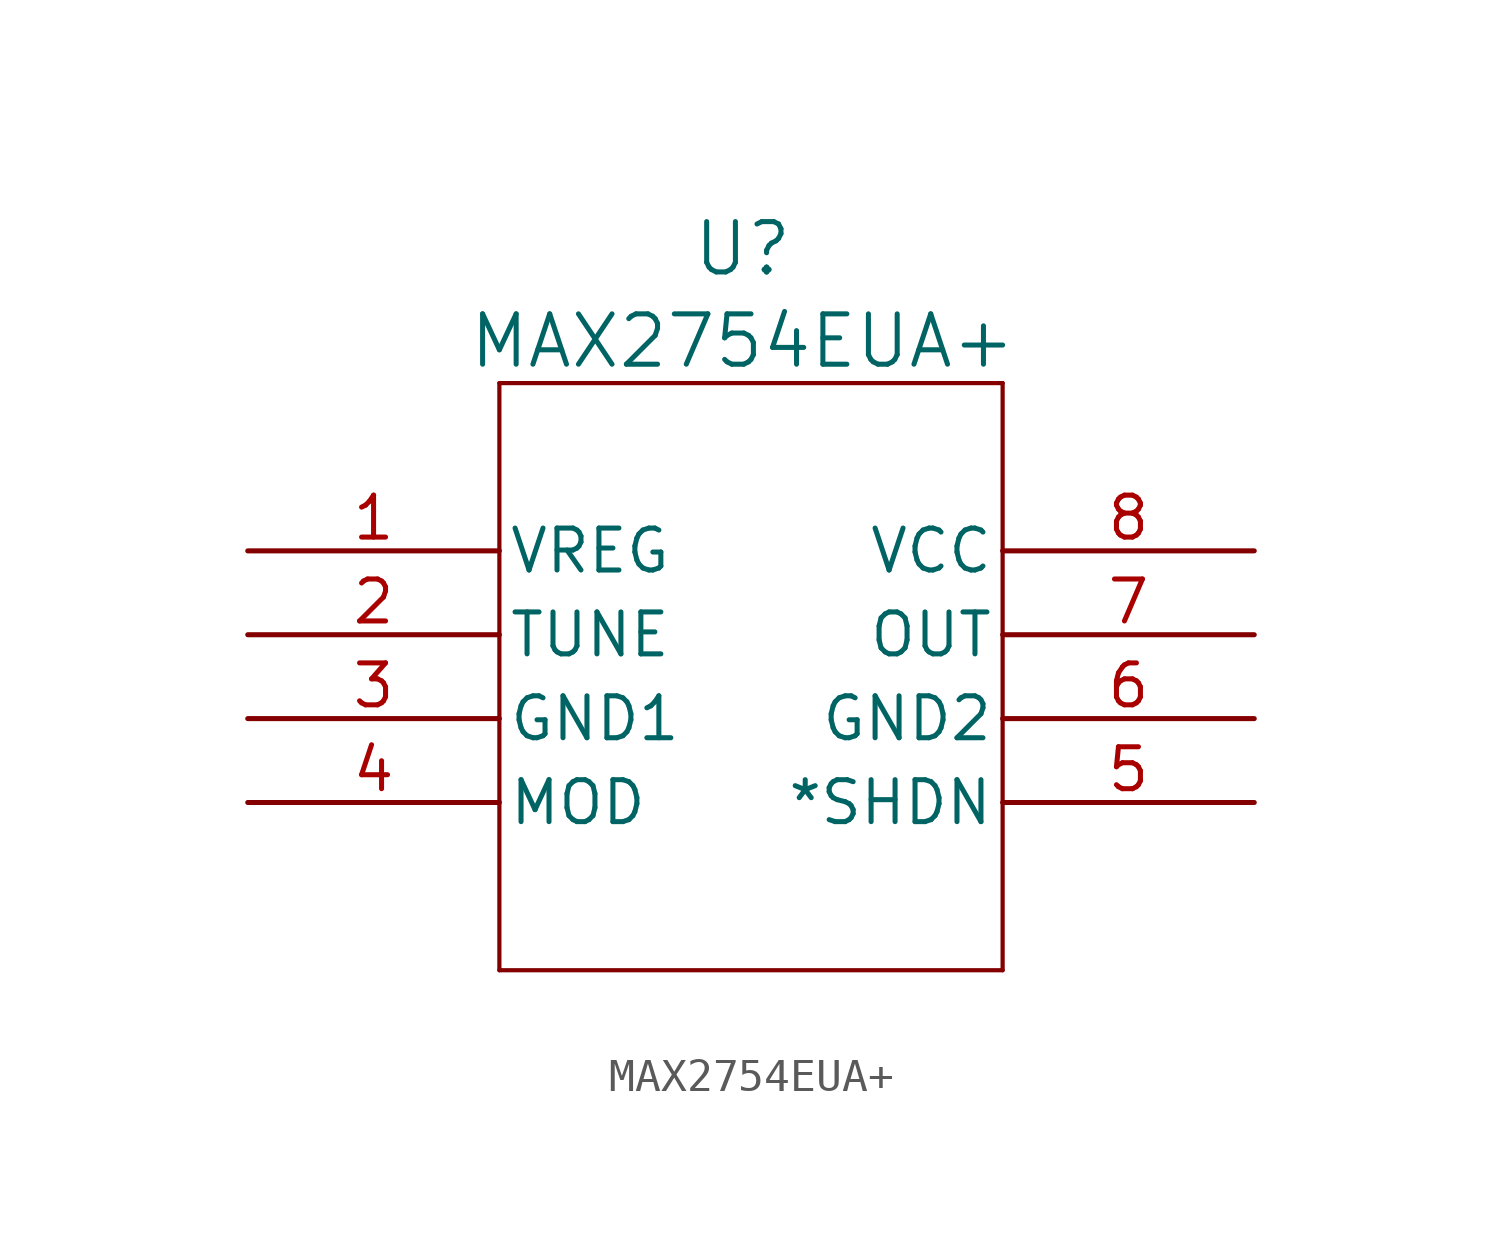
<source format=kicad_sym>
(kicad_symbol_lib
  (version 20231120)
  (generator "kicad_symbol_editor")
  (generator_version "8.0")
  (symbol "MAX2754EUA+"
    (pin_names
      (offset 0.254))
    (property "Reference" "U"
      (at 14.986 9.144 0)
      (effects (font (size 1.524 1.524))))
    (property "Value" "MAX2754EUA+"
      (at 14.986 6.35 0)
      (effects (font (size 1.524 1.524))))
    (property "ki_locked" ""
      (at 0 0 0)
      (effects (font (size 1.27 1.27))))
    (symbol "MAX2754EUA+_0_1"
      (polyline (pts (xy 7.62 -12.7) (xy 22.86 -12.7)) (stroke (width 0.127) (type default)) (fill (type none)))
      (polyline (pts (xy 7.62 5.08) (xy 7.62 -12.7)) (stroke (width 0.127) (type default)) (fill (type none)))
      (polyline (pts (xy 22.86 -12.7) (xy 22.86 5.08)) (stroke (width 0.127) (type default)) (fill (type none)))
      (polyline (pts (xy 22.86 5.08) (xy 7.62 5.08)) (stroke (width 0.127) (type default)) (fill (type none)))
      (pin unspecified line (at 0 0 0) (length 7.62) (name "VREG" (effects (font (size 1.27 1.27)))) (number "1" (effects (font (size 1.27 1.27)))))
      (pin unspecified line (at 0 -2.54 0) (length 7.62) (name "TUNE" (effects (font (size 1.27 1.27)))) (number "2" (effects (font (size 1.27 1.27)))))
      (pin power_in line (at 0 -5.08 0) (length 7.62) (name "GND1" (effects (font (size 1.27 1.27)))) (number "3" (effects (font (size 1.27 1.27)))))
      (pin unspecified line (at 0 -7.62 0) (length 7.62) (name "MOD" (effects (font (size 1.27 1.27)))) (number "4" (effects (font (size 1.27 1.27)))))
      (pin unspecified line (at 30.48 -7.62 180) (length 7.62) (name "*SHDN" (effects (font (size 1.27 1.27)))) (number "5" (effects (font (size 1.27 1.27)))))
      (pin power_in line (at 30.48 -5.08 180) (length 7.62) (name "GND2" (effects (font (size 1.27 1.27)))) (number "6" (effects (font (size 1.27 1.27)))))
      (pin output line (at 30.48 -2.54 180) (length 7.62) (name "OUT" (effects (font (size 1.27 1.27)))) (number "7" (effects (font (size 1.27 1.27)))))
      (pin power_in line (at 30.48 0 180) (length 7.62) (name "VCC" (effects (font (size 1.27 1.27)))) (number "8" (effects (font (size 1.27 1.27))))))))
</source>
